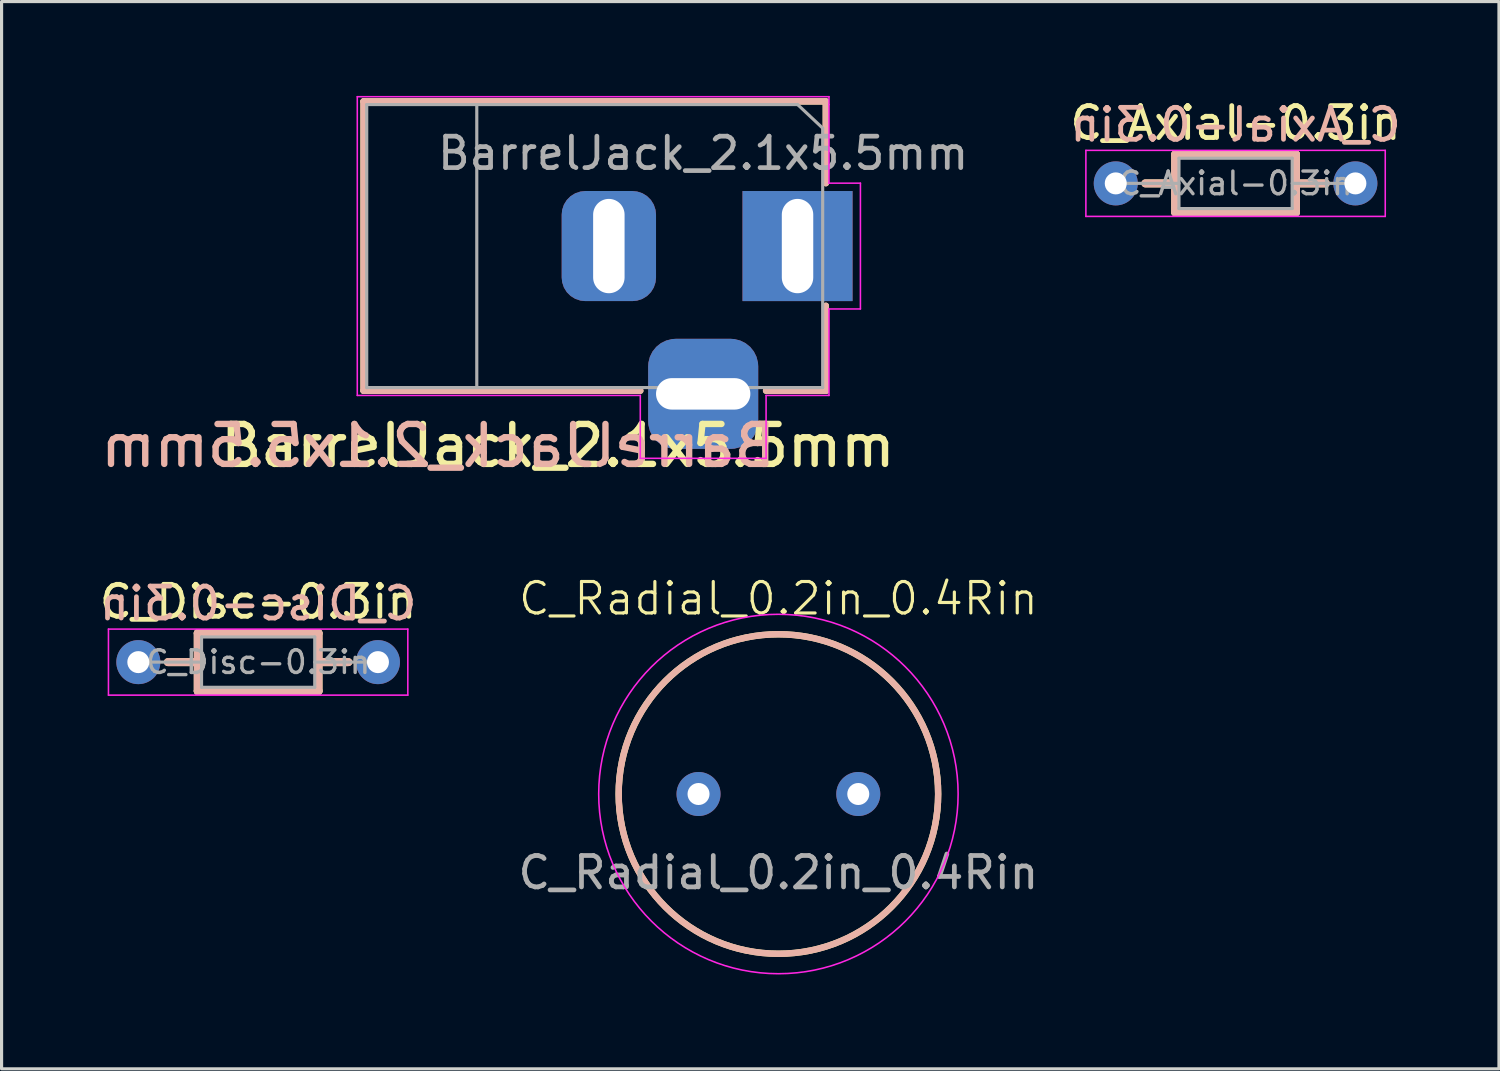
<source format=kicad_pcb>
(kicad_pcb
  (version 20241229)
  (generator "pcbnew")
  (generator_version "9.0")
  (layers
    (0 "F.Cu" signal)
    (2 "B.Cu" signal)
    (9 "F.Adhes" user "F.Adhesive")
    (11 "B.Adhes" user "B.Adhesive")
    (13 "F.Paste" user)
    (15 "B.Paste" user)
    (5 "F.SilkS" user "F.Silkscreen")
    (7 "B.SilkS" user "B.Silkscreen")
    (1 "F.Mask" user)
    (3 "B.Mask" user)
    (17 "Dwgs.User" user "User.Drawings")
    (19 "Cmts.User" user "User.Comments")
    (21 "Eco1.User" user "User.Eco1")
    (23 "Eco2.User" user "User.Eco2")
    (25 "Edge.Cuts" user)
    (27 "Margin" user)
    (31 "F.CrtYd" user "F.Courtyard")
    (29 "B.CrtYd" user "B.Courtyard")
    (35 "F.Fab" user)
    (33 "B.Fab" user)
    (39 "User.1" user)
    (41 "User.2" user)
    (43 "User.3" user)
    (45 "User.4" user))
  (footprint "BarrelJack_2.1x5.5mm"
    (layer "F.Cu")
    (at 22.312 4.775)
    (property "Reference" "BarrelJack_2.1x5.5mm" (at -7.62 6.35 0) (layer "F.SilkS") (effects (font (size 1.27 1.27) (thickness 0.203))))
    (attr through_hole)
    (fp_line (start -13.8 -4.6) (end 0.9 -4.6) (stroke (width 0.203) (type solid)) (layer "F.SilkS"))
    (fp_line (start -13.8 4.6) (end -13.8 -4.6) (stroke (width 0.203) (type solid)) (layer "F.SilkS"))
    (fp_line (start -5 4.6) (end -13.8 4.6) (stroke (width 0.203) (type solid)) (layer "F.SilkS"))
    (fp_line (start 0.9 -4.6) (end 0.9 -2) (stroke (width 0.203) (type solid)) (layer "F.SilkS"))
    (fp_line (start 0.9 1.9) (end 0.9 4.6) (stroke (width 0.203) (type solid)) (layer "F.SilkS"))
    (fp_line (start 0.9 4.6) (end -1 4.6) (stroke (width 0.203) (type solid)) (layer "F.SilkS"))
    (fp_line (start -13.8 -4.6) (end 0.9 -4.6) (stroke (width 0.203) (type solid)) (layer "B.SilkS"))
    (fp_line (start -13.8 4.6) (end -13.8 -4.6) (stroke (width 0.203) (type solid)) (layer "B.SilkS"))
    (fp_line (start -5 4.6) (end -13.8 4.6) (stroke (width 0.203) (type solid)) (layer "B.SilkS"))
    (fp_line (start 0.9 -4.6) (end 0.9 -2) (stroke (width 0.203) (type solid)) (layer "B.SilkS"))
    (fp_line (start 0.9 1.9) (end 0.9 4.6) (stroke (width 0.203) (type solid)) (layer "B.SilkS"))
    (fp_line (start 0.9 4.6) (end -1 4.6) (stroke (width 0.203) (type solid)) (layer "B.SilkS"))
    (fp_line (start -14 4.75) (end -14 -4.75) (stroke (width 0.05) (type solid)) (layer "F.CrtYd"))
    (fp_line (start -5 4.75) (end -14 4.75) (stroke (width 0.05) (type solid)) (layer "F.CrtYd"))
    (fp_line (start -5 6.75) (end -5 4.75) (stroke (width 0.05) (type solid)) (layer "F.CrtYd"))
    (fp_line (start -1 4.75) (end -1 6.75) (stroke (width 0.05) (type solid)) (layer "F.CrtYd"))
    (fp_line (start -1 6.75) (end -5 6.75) (stroke (width 0.05) (type solid)) (layer "F.CrtYd"))
    (fp_line (start 1 -4.75) (end -14 -4.75) (stroke (width 0.05) (type solid)) (layer "F.CrtYd"))
    (fp_line (start 1 -4.5) (end 1 -4.75) (stroke (width 0.05) (type solid)) (layer "F.CrtYd"))
    (fp_line (start 1 -4.5) (end 1 -2) (stroke (width 0.05) (type solid)) (layer "F.CrtYd"))
    (fp_line (start 1 -2) (end 2 -2) (stroke (width 0.05) (type solid)) (layer "F.CrtYd"))
    (fp_line (start 1 2) (end 1 4.75) (stroke (width 0.05) (type solid)) (layer "F.CrtYd"))
    (fp_line (start 1 4.75) (end -1 4.75) (stroke (width 0.05) (type solid)) (layer "F.CrtYd"))
    (fp_line (start 2 -2) (end 2 2) (stroke (width 0.05) (type solid)) (layer "F.CrtYd"))
    (fp_line (start 2 2) (end 1 2) (stroke (width 0.05) (type solid)) (layer "F.CrtYd"))
    (fp_line (start -13.7 -4.5) (end -13.7 4.5) (stroke (width 0.1) (type solid)) (layer "F.Fab"))
    (fp_line (start -13.7 4.5) (end 0.8 4.5) (stroke (width 0.1) (type solid)) (layer "F.Fab"))
    (fp_line (start -10.2 -4.5) (end -10.2 4.5) (stroke (width 0.1) (type solid)) (layer "F.Fab"))
    (fp_line (start -0.003 -4.505) (end 0.8 -3.75) (stroke (width 0.1) (type solid)) (layer "F.Fab"))
    (fp_line (start 0 -4.5) (end -13.7 -4.5) (stroke (width 0.1) (type solid)) (layer "F.Fab"))
    (fp_line (start 0.8 4.5) (end 0.8 -3.75) (stroke (width 0.1) (type solid)) (layer "F.Fab"))
    (fp_text user "${Reference}" (at -11.43 6.35 0) (unlocked yes) (layer "B.SilkS") (effects (font (size 1.27 1.27) (thickness 0.203)) (justify mirror)))
    (fp_text user "${REFERENCE}" (at -3 -2.95 0) (layer "F.Fab") (effects (font (size 1 1) (thickness 0.15))))
    (pad "1" thru_hole rect (at 0 0) (size 3.5 3.5) (drill oval 1 3) (layers "*.Cu" "*.Mask"))
    (pad "2" thru_hole roundrect (at -6 0) (size 3 3.5) (drill oval 1 3) (layers "*.Cu" "*.Mask") (roundrect_rratio 0.25))
    (pad "3" thru_hole roundrect (at -3 4.7) (size 3.5 3.5) (drill oval 3 1) (layers "*.Cu" "*.Mask") (roundrect_rratio 0.25)))
  (footprint "C_Axial-0.3in"
    (layer "F.Cu")
    (at 36.242 2.782)
    (property "Reference" "C_Axial-0.3in" (at 0 -1.92 0) (layer "F.SilkS") (effects (font (size 1.016 1.016) (thickness 0.152))))
    (attr through_hole)
    (fp_line (start -2.87 0) (end -1.92 0) (stroke (width 0.254) (type solid)) (layer "F.SilkS"))
    (fp_line (start -1.92 -0.92) (end -1.92 0.92) (stroke (width 0.254) (type solid)) (layer "F.SilkS"))
    (fp_line (start -1.92 0.92) (end 1.92 0.92) (stroke (width 0.254) (type solid)) (layer "F.SilkS"))
    (fp_line (start 1.92 -0.92) (end -1.92 -0.92) (stroke (width 0.254) (type solid)) (layer "F.SilkS"))
    (fp_line (start 1.92 0.92) (end 1.92 -0.92) (stroke (width 0.254) (type solid)) (layer "F.SilkS"))
    (fp_line (start 2.87 0) (end 1.92 0) (stroke (width 0.254) (type solid)) (layer "F.SilkS"))
    (fp_line (start -2.87 0) (end -1.92 0) (stroke (width 0.254) (type solid)) (layer "B.SilkS"))
    (fp_line (start -1.92 -0.92) (end -1.92 0.92) (stroke (width 0.254) (type solid)) (layer "B.SilkS"))
    (fp_line (start -1.92 0.92) (end 1.92 0.92) (stroke (width 0.254) (type solid)) (layer "B.SilkS"))
    (fp_line (start 1.92 -0.92) (end -1.92 -0.92) (stroke (width 0.254) (type solid)) (layer "B.SilkS"))
    (fp_line (start 1.92 0.92) (end 1.92 -0.92) (stroke (width 0.254) (type solid)) (layer "B.SilkS"))
    (fp_line (start 2.87 0) (end 1.92 0) (stroke (width 0.254) (type solid)) (layer "B.SilkS"))
    (fp_line (start -4.76 -1.05) (end -4.76 1.05) (stroke (width 0.05) (type solid)) (layer "F.CrtYd"))
    (fp_line (start -4.76 1.05) (end 4.76 1.05) (stroke (width 0.05) (type solid)) (layer "F.CrtYd"))
    (fp_line (start 4.76 -1.05) (end -4.76 -1.05) (stroke (width 0.05) (type solid)) (layer "F.CrtYd"))
    (fp_line (start 4.76 1.05) (end 4.76 -1.05) (stroke (width 0.05) (type solid)) (layer "F.CrtYd"))
    (fp_line (start -3.81 0) (end -1.8 0) (stroke (width 0.1) (type solid)) (layer "F.Fab"))
    (fp_line (start -1.8 -0.8) (end -1.8 0.8) (stroke (width 0.1) (type solid)) (layer "F.Fab"))
    (fp_line (start -1.8 0.8) (end 1.8 0.8) (stroke (width 0.1) (type solid)) (layer "F.Fab"))
    (fp_line (start 1.8 -0.8) (end -1.8 -0.8) (stroke (width 0.1) (type solid)) (layer "F.Fab"))
    (fp_line (start 1.8 0.8) (end 1.8 -0.8) (stroke (width 0.1) (type solid)) (layer "F.Fab"))
    (fp_line (start 3.81 0) (end 1.8 0) (stroke (width 0.1) (type solid)) (layer "F.Fab"))
    (fp_text user "${Reference}" (at 0 -1.27 0) (unlocked yes) (layer "B.SilkS") (effects (font (size 1.016 1.016) (thickness 0.152)) (justify bottom mirror)))
    (fp_text user "${REFERENCE}" (at 0 0 0) (layer "F.Fab") (effects (font (size 0.72 0.72) (thickness 0.108))))
    (pad "1" thru_hole circle (at -3.81 0) (size 1.4 1.4) (drill 0.7) (layers "*.Cu" "*.Mask"))
    (pad "2" thru_hole oval (at 3.81 0) (size 1.4 1.4) (drill 0.7) (layers "*.Cu" "*.Mask")))
  (footprint "C_Radial_0.2in_0.4Rin"
    (layer "F.Cu")
    (at 21.704 22.2)
    (property "Reference" "C_Radial_0.2in_0.4Rin" (at 0 -6.215 0) (unlocked yes) (layer "F.SilkS") (effects (font (size 1 1) (thickness 0.1))))
    (attr smd)
    (fp_circle (center 0 0) (end 5.08 0) (stroke (width 0.203) (type default)) (fill no) (layer "F.SilkS"))
    (fp_circle (center 0 0) (end 5.08 0) (stroke (width 0.203) (type default)) (fill no) (layer "B.SilkS"))
    (fp_circle (center 0 0) (end 5.715 0) (stroke (width 0.05) (type default)) (fill no) (layer "F.CrtYd"))
    (fp_text user "${REFERENCE}" (at 0 2.5 0) (unlocked yes) (layer "F.Fab") (effects (font (size 1 1) (thickness 0.15))))
    (pad "1" thru_hole circle (at -2.54 0) (size 1.4 1.4) (drill 0.7) (layers "*.Cu" "F.Mask" "F.Paste"))
    (pad "2" thru_hole circle (at 2.54 0) (size 1.4 1.4) (drill 0.7) (layers "*.Cu" "F.Mask" "F.Paste")))
  (footprint "C_Disc-0.3in"
    (layer "F.Cu")
    (at 5.159 18.006)
    (property "Reference" "C_Disc-0.3in" (at 0 -1.92 0) (layer "F.SilkS") (effects (font (size 1.016 1.016) (thickness 0.152))))
    (attr through_hole)
    (fp_line (start -2.87 0) (end -1.92 0) (stroke (width 0.254) (type solid)) (layer "F.SilkS"))
    (fp_line (start -1.92 -0.92) (end -1.92 0.92) (stroke (width 0.254) (type solid)) (layer "F.SilkS"))
    (fp_line (start -1.92 0.92) (end 1.92 0.92) (stroke (width 0.254) (type solid)) (layer "F.SilkS"))
    (fp_line (start 1.92 -0.92) (end -1.92 -0.92) (stroke (width 0.254) (type solid)) (layer "F.SilkS"))
    (fp_line (start 1.92 0.92) (end 1.92 -0.92) (stroke (width 0.254) (type solid)) (layer "F.SilkS"))
    (fp_line (start 2.87 0) (end 1.92 0) (stroke (width 0.254) (type solid)) (layer "F.SilkS"))
    (fp_line (start -2.87 0) (end -1.92 0) (stroke (width 0.254) (type solid)) (layer "B.SilkS"))
    (fp_line (start -1.92 -0.92) (end -1.92 0.92) (stroke (width 0.254) (type solid)) (layer "B.SilkS"))
    (fp_line (start -1.92 0.92) (end 1.92 0.92) (stroke (width 0.254) (type solid)) (layer "B.SilkS"))
    (fp_line (start 1.92 -0.92) (end -1.92 -0.92) (stroke (width 0.254) (type solid)) (layer "B.SilkS"))
    (fp_line (start 1.92 0.92) (end 1.92 -0.92) (stroke (width 0.254) (type solid)) (layer "B.SilkS"))
    (fp_line (start 2.87 0) (end 1.92 0) (stroke (width 0.254) (type solid)) (layer "B.SilkS"))
    (fp_line (start -4.76 -1.05) (end -4.76 1.05) (stroke (width 0.05) (type solid)) (layer "F.CrtYd"))
    (fp_line (start -4.76 1.05) (end 4.76 1.05) (stroke (width 0.05) (type solid)) (layer "F.CrtYd"))
    (fp_line (start 4.76 -1.05) (end -4.76 -1.05) (stroke (width 0.05) (type solid)) (layer "F.CrtYd"))
    (fp_line (start 4.76 1.05) (end 4.76 -1.05) (stroke (width 0.05) (type solid)) (layer "F.CrtYd"))
    (fp_line (start -3.81 0) (end -1.8 0) (stroke (width 0.1) (type solid)) (layer "F.Fab"))
    (fp_line (start -1.8 -0.8) (end -1.8 0.8) (stroke (width 0.1) (type solid)) (layer "F.Fab"))
    (fp_line (start -1.8 0.8) (end 1.8 0.8) (stroke (width 0.1) (type solid)) (layer "F.Fab"))
    (fp_line (start 1.8 -0.8) (end -1.8 -0.8) (stroke (width 0.1) (type solid)) (layer "F.Fab"))
    (fp_line (start 1.8 0.8) (end 1.8 -0.8) (stroke (width 0.1) (type solid)) (layer "F.Fab"))
    (fp_line (start 3.81 0) (end 1.8 0) (stroke (width 0.1) (type solid)) (layer "F.Fab"))
    (fp_text user "${Reference}" (at 0 -1.27 0) (unlocked yes) (layer "B.SilkS") (effects (font (size 1.016 1.016) (thickness 0.152)) (justify bottom mirror)))
    (fp_text user "${REFERENCE}" (at 0 0 0) (layer "F.Fab") (effects (font (size 0.72 0.72) (thickness 0.108))))
    (pad "1" thru_hole circle (at -3.81 0) (size 1.4 1.4) (drill 0.7) (layers "*.Cu" "*.Mask"))
    (pad "2" thru_hole oval (at 3.81 0) (size 1.4 1.4) (drill 0.7) (layers "*.Cu" "*.Mask")))
  (gr_rect
    (start -3 -3)
    (end 44.618 30.94)
    (stroke (width 0.1) (type default))
    (fill no)
    (layer "Edge.Cuts")))
</source>
